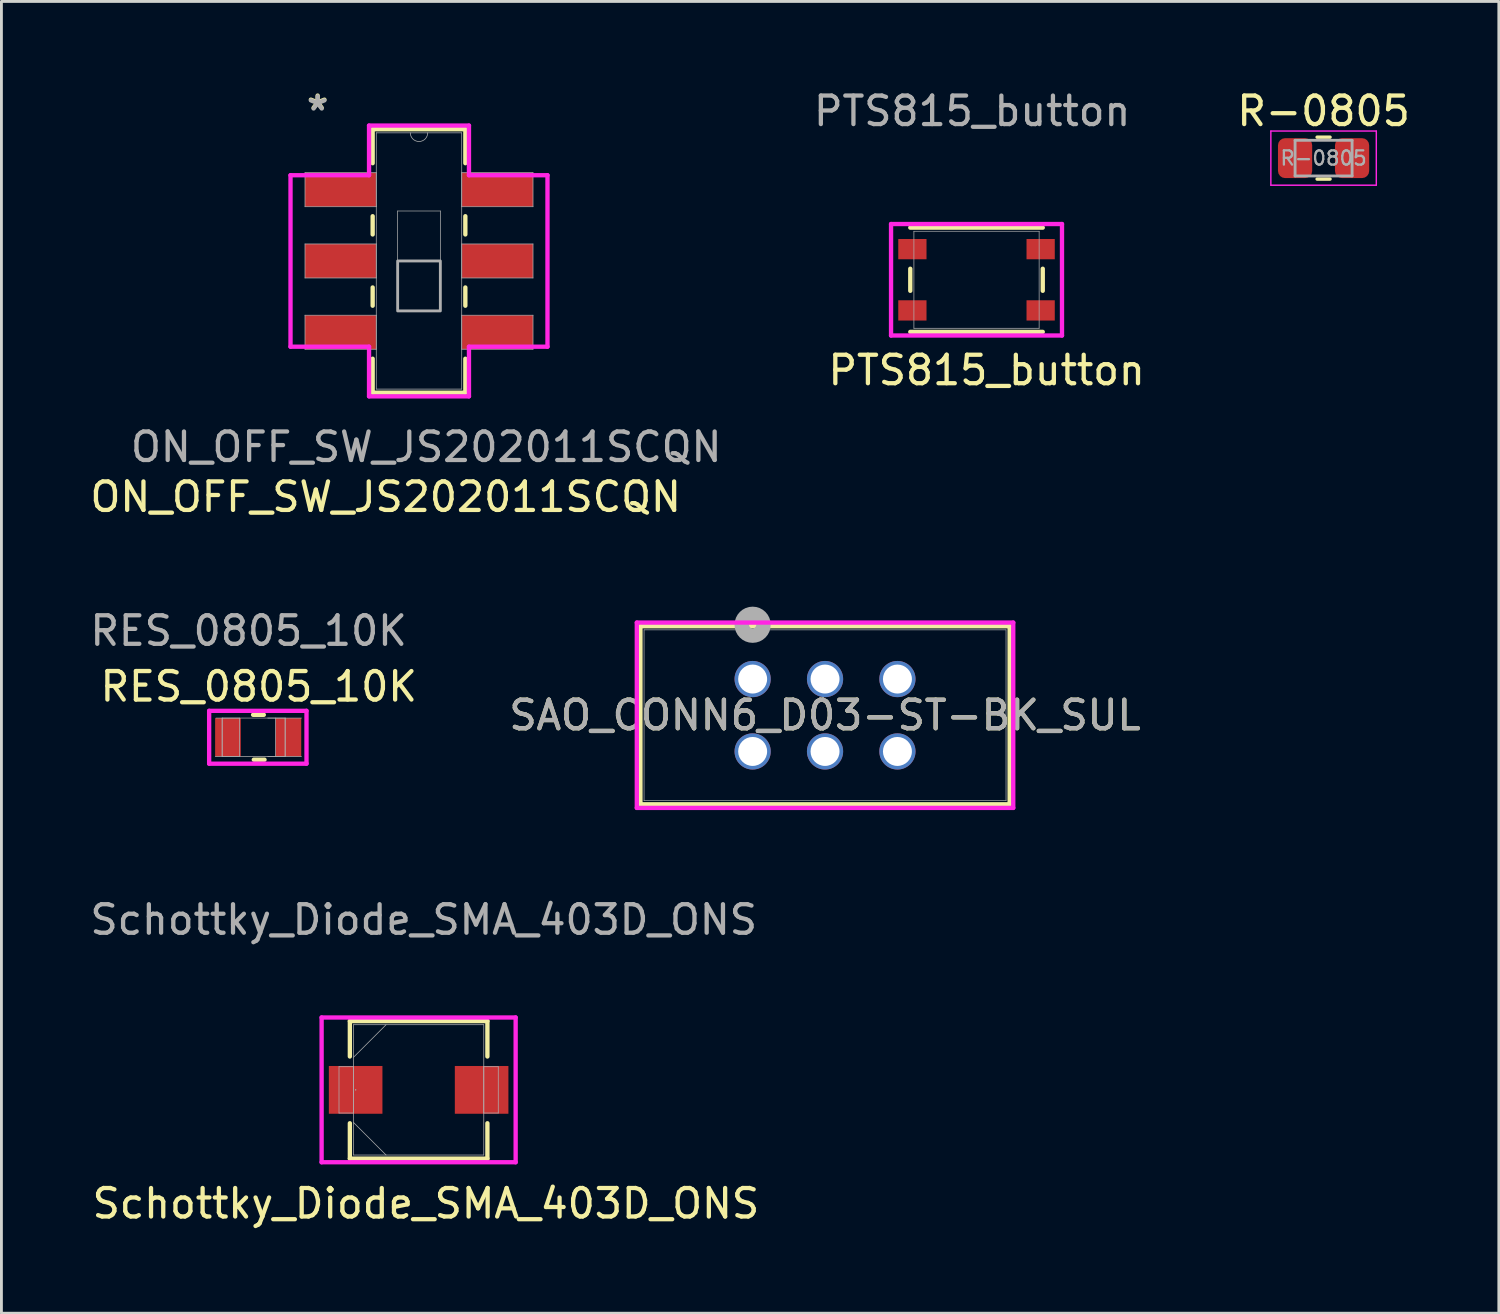
<source format=kicad_pcb>
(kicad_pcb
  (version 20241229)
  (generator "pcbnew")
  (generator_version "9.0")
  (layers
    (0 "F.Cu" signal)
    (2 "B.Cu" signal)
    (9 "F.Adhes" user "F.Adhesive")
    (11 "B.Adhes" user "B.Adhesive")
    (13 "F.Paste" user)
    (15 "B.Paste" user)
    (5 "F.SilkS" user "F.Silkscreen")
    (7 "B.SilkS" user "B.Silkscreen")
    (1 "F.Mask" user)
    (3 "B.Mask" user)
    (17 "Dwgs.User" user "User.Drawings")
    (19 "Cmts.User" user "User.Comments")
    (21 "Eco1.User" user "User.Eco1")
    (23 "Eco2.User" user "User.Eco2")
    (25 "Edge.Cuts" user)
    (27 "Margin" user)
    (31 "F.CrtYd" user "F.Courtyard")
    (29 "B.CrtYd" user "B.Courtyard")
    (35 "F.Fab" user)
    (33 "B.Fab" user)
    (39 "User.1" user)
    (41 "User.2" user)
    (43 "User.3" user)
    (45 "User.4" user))
  (footprint "ON_OFF_SW_JS202011SCQN"
    (layer "F.Cu")
    (at 11.651 6.106)
    (property "Reference" "ON_OFF_SW_JS202011SCQN" (at -1.168 8.28 0) (unlocked yes) (layer "F.SilkS") (effects (font (size 1 1) (thickness 0.15))))
    (attr smd)
    (fp_line (start -1.626 -4.623) (end -1.626 -3.43) (stroke (width 0.152) (type solid)) (layer "F.SilkS"))
    (fp_line (start -1.626 -1.57) (end -1.626 -0.93) (stroke (width 0.152) (type solid)) (layer "F.SilkS"))
    (fp_line (start -1.626 0.93) (end -1.626 1.57) (stroke (width 0.152) (type solid)) (layer "F.SilkS"))
    (fp_line (start -1.626 3.43) (end -1.626 4.623) (stroke (width 0.152) (type solid)) (layer "F.SilkS"))
    (fp_line (start -1.626 4.623) (end 1.626 4.623) (stroke (width 0.152) (type solid)) (layer "F.SilkS"))
    (fp_line (start 1.626 -4.623) (end -1.626 -4.623) (stroke (width 0.152) (type solid)) (layer "F.SilkS"))
    (fp_line (start 1.626 -3.43) (end 1.626 -4.623) (stroke (width 0.152) (type solid)) (layer "F.SilkS"))
    (fp_line (start 1.626 -0.93) (end 1.626 -1.57) (stroke (width 0.152) (type solid)) (layer "F.SilkS"))
    (fp_line (start 1.626 1.57) (end 1.626 0.93) (stroke (width 0.152) (type solid)) (layer "F.SilkS"))
    (fp_line (start 1.626 4.623) (end 1.626 3.43) (stroke (width 0.152) (type solid)) (layer "F.SilkS"))
    (fp_line (start -4.508 -3.008) (end -1.753 -3.008) (stroke (width 0.152) (type solid)) (layer "F.CrtYd"))
    (fp_line (start -4.508 3.008) (end -4.508 -3.008) (stroke (width 0.152) (type solid)) (layer "F.CrtYd"))
    (fp_line (start -1.753 -4.75) (end 1.753 -4.75) (stroke (width 0.152) (type solid)) (layer "F.CrtYd"))
    (fp_line (start -1.753 -3.008) (end -1.753 -4.75) (stroke (width 0.152) (type solid)) (layer "F.CrtYd"))
    (fp_line (start -1.753 3.008) (end -4.508 3.008) (stroke (width 0.152) (type solid)) (layer "F.CrtYd"))
    (fp_line (start -1.753 4.75) (end -1.753 3.008) (stroke (width 0.152) (type solid)) (layer "F.CrtYd"))
    (fp_line (start 1.753 -4.75) (end 1.753 -3.008) (stroke (width 0.152) (type solid)) (layer "F.CrtYd"))
    (fp_line (start 1.753 -3.008) (end 4.508 -3.008) (stroke (width 0.152) (type solid)) (layer "F.CrtYd"))
    (fp_line (start 1.753 3.008) (end 1.753 4.75) (stroke (width 0.152) (type solid)) (layer "F.CrtYd"))
    (fp_line (start 1.753 4.75) (end -1.753 4.75) (stroke (width 0.152) (type solid)) (layer "F.CrtYd"))
    (fp_line (start 4.508 -3.008) (end 4.508 3.008) (stroke (width 0.152) (type solid)) (layer "F.CrtYd"))
    (fp_line (start 4.508 3.008) (end 1.753 3.008) (stroke (width 0.152) (type solid)) (layer "F.CrtYd"))
    (fp_line (start -4 -3.097) (end -4 -1.903) (stroke (width 0.025) (type solid)) (layer "F.Fab"))
    (fp_line (start -4 -1.903) (end -1.499 -1.903) (stroke (width 0.025) (type solid)) (layer "F.Fab"))
    (fp_line (start -4 -0.597) (end -4 0.597) (stroke (width 0.025) (type solid)) (layer "F.Fab"))
    (fp_line (start -4 0.597) (end -1.499 0.597) (stroke (width 0.025) (type solid)) (layer "F.Fab"))
    (fp_line (start -4 1.903) (end -4 3.097) (stroke (width 0.025) (type solid)) (layer "F.Fab"))
    (fp_line (start -4 3.097) (end -1.499 3.097) (stroke (width 0.025) (type solid)) (layer "F.Fab"))
    (fp_line (start -1.499 -4.496) (end -1.499 4.496) (stroke (width 0.025) (type solid)) (layer "F.Fab"))
    (fp_line (start -1.499 -3.097) (end -4 -3.097) (stroke (width 0.025) (type solid)) (layer "F.Fab"))
    (fp_line (start -1.499 -1.903) (end -1.499 -3.097) (stroke (width 0.025) (type solid)) (layer "F.Fab"))
    (fp_line (start -1.499 -0.597) (end -4 -0.597) (stroke (width 0.025) (type solid)) (layer "F.Fab"))
    (fp_line (start -1.499 0.597) (end -1.499 -0.597) (stroke (width 0.025) (type solid)) (layer "F.Fab"))
    (fp_line (start -1.499 1.903) (end -4 1.903) (stroke (width 0.025) (type solid)) (layer "F.Fab"))
    (fp_line (start -1.499 3.097) (end -1.499 1.903) (stroke (width 0.025) (type solid)) (layer "F.Fab"))
    (fp_line (start -1.499 4.496) (end 1.499 4.496) (stroke (width 0.025) (type solid)) (layer "F.Fab"))
    (fp_line (start -0.749 -1.753) (end 0.749 -1.753) (stroke (width 0.025) (type solid)) (layer "F.Fab"))
    (fp_line (start -0.749 1.753) (end -0.749 -1.753) (stroke (width 0.025) (type solid)) (layer "F.Fab"))
    (fp_line (start 0.749 -1.753) (end 0.749 1.753) (stroke (width 0.025) (type solid)) (layer "F.Fab"))
    (fp_line (start 0.749 1.753) (end -0.749 1.753) (stroke (width 0.025) (type solid)) (layer "F.Fab"))
    (fp_line (start 1.499 -4.496) (end -1.499 -4.496) (stroke (width 0.025) (type solid)) (layer "F.Fab"))
    (fp_line (start 1.499 -3.097) (end 1.499 -1.903) (stroke (width 0.025) (type solid)) (layer "F.Fab"))
    (fp_line (start 1.499 -1.903) (end 4 -1.903) (stroke (width 0.025) (type solid)) (layer "F.Fab"))
    (fp_line (start 1.499 -0.597) (end 1.499 0.597) (stroke (width 0.025) (type solid)) (layer "F.Fab"))
    (fp_line (start 1.499 0.597) (end 4 0.597) (stroke (width 0.025) (type solid)) (layer "F.Fab"))
    (fp_line (start 1.499 1.903) (end 1.499 3.097) (stroke (width 0.025) (type solid)) (layer "F.Fab"))
    (fp_line (start 1.499 3.097) (end 4 3.097) (stroke (width 0.025) (type solid)) (layer "F.Fab"))
    (fp_line (start 1.499 4.496) (end 1.499 -4.496) (stroke (width 0.025) (type solid)) (layer "F.Fab"))
    (fp_line (start 4 -3.097) (end 1.499 -3.097) (stroke (width 0.025) (type solid)) (layer "F.Fab"))
    (fp_line (start 4 -1.903) (end 4 -3.097) (stroke (width 0.025) (type solid)) (layer "F.Fab"))
    (fp_line (start 4 -0.597) (end 1.499 -0.597) (stroke (width 0.025) (type solid)) (layer "F.Fab"))
    (fp_line (start 4 0.597) (end 4 -0.597) (stroke (width 0.025) (type solid)) (layer "F.Fab"))
    (fp_line (start 4 1.903) (end 1.499 1.903) (stroke (width 0.025) (type solid)) (layer "F.Fab"))
    (fp_line (start 4 3.097) (end 4 1.903) (stroke (width 0.025) (type solid)) (layer "F.Fab"))
    (fp_arc (start 0.3048 -4.4958) (mid 0 -4.191) (end -0.3048 -4.4958) (stroke (width 0.0254) (type solid)) (layer "F.Fab"))
    (fp_poly (pts (xy -0.749 1.753) (xy -0.749 0) (xy 0.749 0) (xy 0.749 1.753)) (stroke (width 0.1) (type solid)) (fill no) (layer "F.Fab"))
    (fp_text user "*" (at -3.556 -5.258 0) (layer "F.SilkS") (effects (font (size 1 1) (thickness 0.15))))
    (fp_text user "*" (at -3.556 -5.232 0) (unlocked yes) (layer "F.Fab") (effects (font (size 1 1) (thickness 0.15))))
    (fp_text user "${REFERENCE}" (at 0.254 6.528 0) (unlocked yes) (layer "F.Fab") (effects (font (size 1 1) (thickness 0.15))))
    (pad "1" smd rect (at -2.756 -2.5) (size 2.489 1.194) (layers "F.Cu" "F.Mask" "F.Paste"))
    (pad "2" smd rect (at -2.756 0) (size 2.489 1.194) (layers "F.Cu" "F.Mask" "F.Paste"))
    (pad "3" smd rect (at -2.756 2.5) (size 2.489 1.194) (layers "F.Cu" "F.Mask" "F.Paste"))
    (pad "4" smd rect (at 2.756 2.5) (size 2.489 1.194) (layers "F.Cu" "F.Mask" "F.Paste"))
    (pad "5" smd rect (at 2.756 0) (size 2.489 1.194) (layers "F.Cu" "F.Mask" "F.Paste"))
    (pad "6" smd rect (at 2.756 -2.5) (size 2.489 1.194) (layers "F.Cu" "F.Mask" "F.Paste")))
  (footprint "R-0805"
    (layer "F.Cu")
    (at 43.389 2.498)
    (property "Reference" "R-0805" (at 0 -1.65 0) (layer "F.SilkS") (effects (font (size 1 1) (thickness 0.15))))
    (attr smd)
    (fp_line (start -0.227 -0.735) (end 0.227 -0.735) (stroke (width 0.12) (type solid)) (layer "F.SilkS"))
    (fp_line (start -0.227 0.735) (end 0.227 0.735) (stroke (width 0.12) (type solid)) (layer "F.SilkS"))
    (fp_line (start -1.85 -0.95) (end 1.85 -0.95) (stroke (width 0.05) (type solid)) (layer "F.CrtYd"))
    (fp_line (start -1.85 0.95) (end -1.85 -0.95) (stroke (width 0.05) (type solid)) (layer "F.CrtYd"))
    (fp_line (start 1.85 -0.95) (end 1.85 0.95) (stroke (width 0.05) (type solid)) (layer "F.CrtYd"))
    (fp_line (start 1.85 0.95) (end -1.85 0.95) (stroke (width 0.05) (type solid)) (layer "F.CrtYd"))
    (fp_line (start -1 -0.625) (end 1 -0.625) (stroke (width 0.1) (type solid)) (layer "F.Fab"))
    (fp_line (start -1 0.625) (end -1 -0.625) (stroke (width 0.1) (type solid)) (layer "F.Fab"))
    (fp_line (start 1 -0.625) (end 1 0.625) (stroke (width 0.1) (type solid)) (layer "F.Fab"))
    (fp_line (start 1 0.625) (end -1 0.625) (stroke (width 0.1) (type solid)) (layer "F.Fab"))
    (fp_text user "${REFERENCE}" (at 0 0 0) (layer "F.Fab") (effects (font (size 0.5 0.5) (thickness 0.08))))
    (pad "1" smd roundrect (at -1 0) (size 1.2 1.4) (layers "F.Cu" "F.Mask" "F.Paste") (roundrect_rratio 0.208))
    (pad "2" smd roundrect (at 1 0) (size 1.2 1.4) (layers "F.Cu" "F.Mask" "F.Paste") (roundrect_rratio 0.208)))
  (footprint "SAO_CONN6_D03-ST-BK_SUL"
    (layer "F.Cu")
    (at 23.357 20.775)
    (property "Reference" "SAO_CONN6_D03-ST-BK_SUL" (at 2.54 1.27 0) (unlocked yes) (layer "F.SilkS") (effects (font (size 1 1) (thickness 0.15))))
    (attr through_hole)
    (fp_line (start -3.937 -1.854) (end -3.937 4.394) (stroke (width 0.152) (type solid)) (layer "F.SilkS"))
    (fp_line (start -3.937 4.394) (end 9.017 4.394) (stroke (width 0.152) (type solid)) (layer "F.SilkS"))
    (fp_line (start 9.017 -1.854) (end -3.937 -1.854) (stroke (width 0.152) (type solid)) (layer "F.SilkS"))
    (fp_line (start 9.017 4.394) (end 9.017 -1.854) (stroke (width 0.152) (type solid)) (layer "F.SilkS"))
    (fp_line (start -4.064 -1.981) (end -4.064 4.521) (stroke (width 0.152) (type solid)) (layer "F.CrtYd"))
    (fp_line (start -4.064 4.521) (end 9.144 4.521) (stroke (width 0.152) (type solid)) (layer "F.CrtYd"))
    (fp_line (start 9.144 -1.981) (end -4.064 -1.981) (stroke (width 0.152) (type solid)) (layer "F.CrtYd"))
    (fp_line (start 9.144 4.521) (end 9.144 -1.981) (stroke (width 0.152) (type solid)) (layer "F.CrtYd"))
    (fp_line (start -3.81 -1.727) (end -3.81 4.267) (stroke (width 0.025) (type solid)) (layer "F.Fab"))
    (fp_line (start -3.81 4.267) (end 8.89 4.267) (stroke (width 0.025) (type solid)) (layer "F.Fab"))
    (fp_line (start 8.89 -1.727) (end -3.81 -1.727) (stroke (width 0.025) (type solid)) (layer "F.Fab"))
    (fp_line (start 8.89 4.267) (end 8.89 -1.727) (stroke (width 0.025) (type solid)) (layer "F.Fab"))
    (fp_circle (center 0 -1.905) (end 0.381 -1.905) (stroke (width 0.508) (type solid)) (fill no) (layer "F.Fab"))
    (fp_text user "${REFERENCE}" (at 2.54 1.27 0) (unlocked yes) (layer "F.Fab") (effects (font (size 1 1) (thickness 0.15))))
    (pad "1" thru_hole circle (at 0 0) (size 1.27 1.27) (drill 1.016) (layers "*.Cu" "*.Mask"))
    (pad "2" thru_hole circle (at 0 2.54) (size 1.27 1.27) (drill 1.016) (layers "*.Cu" "*.Mask"))
    (pad "3" thru_hole circle (at 2.54 0) (size 1.27 1.27) (drill 1.016) (layers "*.Cu" "*.Mask"))
    (pad "4" thru_hole circle (at 2.54 2.54) (size 1.27 1.27) (drill 1.016) (layers "*.Cu" "*.Mask"))
    (pad "5" thru_hole circle (at 5.08 0) (size 1.27 1.27) (drill 1.016) (layers "*.Cu" "*.Mask"))
    (pad "6" thru_hole circle (at 5.08 2.54) (size 1.27 1.27) (drill 1.016) (layers "*.Cu" "*.Mask")))
  (footprint "RES_0805_10K"
    (layer "F.Cu")
    (at 5.85 22.817)
    (property "Reference" "RES_0805_10K" (at 0.178 -1.778 0) (unlocked yes) (layer "F.SilkS") (effects (font (size 1 1) (thickness 0.15))))
    (attr smd)
    (fp_line (start 0.005 0.787) (end 0.381 0.787) (stroke (width 0.152) (type solid)) (layer "F.SilkS"))
    (fp_line (start 0.356 -0.787) (end -0.02 -0.787) (stroke (width 0.152) (type solid)) (layer "F.SilkS"))
    (fp_line (start -1.562 -0.927) (end 1.854 -0.927) (stroke (width 0.152) (type solid)) (layer "F.CrtYd"))
    (fp_line (start -1.562 0.927) (end -1.562 -0.927) (stroke (width 0.152) (type solid)) (layer "F.CrtYd"))
    (fp_line (start 1.854 -0.927) (end 1.854 0.927) (stroke (width 0.152) (type solid)) (layer "F.CrtYd"))
    (fp_line (start 1.854 0.927) (end -1.562 0.927) (stroke (width 0.152) (type solid)) (layer "F.CrtYd"))
    (fp_line (start -1.346 0.673) (end -0.495 0.673) (stroke (width 0.025) (type solid)) (layer "F.Fab"))
    (fp_line (start -1.105 -0.673) (end -1.105 0.673) (stroke (width 0.025) (type solid)) (layer "F.Fab"))
    (fp_line (start -1.105 -0.673) (end -1.105 0.673) (stroke (width 0.025) (type solid)) (layer "F.Fab"))
    (fp_line (start -1.105 0.673) (end 1.105 0.673) (stroke (width 0.025) (type solid)) (layer "F.Fab"))
    (fp_line (start -0.495 -0.673) (end -1.321 -0.673) (stroke (width 0.025) (type solid)) (layer "F.Fab"))
    (fp_line (start -0.495 0.673) (end -0.495 -0.673) (stroke (width 0.025) (type solid)) (layer "F.Fab"))
    (fp_line (start 0.495 0.673) (end 1.676 0.673) (stroke (width 0.025) (type solid)) (layer "F.Fab"))
    (fp_line (start 0.762 -0.673) (end 0.762 0.673) (stroke (width 0.025) (type solid)) (layer "F.Fab"))
    (fp_line (start 1.105 -0.673) (end -1.105 -0.673) (stroke (width 0.025) (type solid)) (layer "F.Fab"))
    (fp_line (start 1.105 0.673) (end 1.105 -0.673) (stroke (width 0.025) (type solid)) (layer "F.Fab"))
    (fp_line (start 1.105 0.673) (end 1.105 -0.673) (stroke (width 0.025) (type solid)) (layer "F.Fab"))
    (fp_line (start 1.676 -0.673) (end 0.495 -0.673) (stroke (width 0.025) (type solid)) (layer "F.Fab"))
    (fp_text user "${REFERENCE}" (at -0.178 -3.734 0) (unlocked yes) (layer "F.Fab") (effects (font (size 1 1) (thickness 0.15))))
    (pad "1" smd rect (at -0.902 0) (size 0.9 1.346) (layers "F.Cu" "F.Mask" "F.Paste"))
    (pad "2" smd rect (at 1.219 0) (size 0.9 1.346) (layers "F.Cu" "F.Mask" "F.Paste"))
    (zone (net_name "") (layer "F.Cu") (hatch full 0.508) (connect_pads) (min_thickness 0.254) (filled_areas_thickness no) (keepout (tracks not_allowed) (vias not_allowed) (pads allowed) (copperpour not_allowed) (footprints allowed)) (placement (enabled no)) (fill) (polygon (pts (xy 5.399 22.144) (xy 6.62 22.144) (xy 6.62 23.49) (xy 5.399 23.49)))))
  (footprint "Schottky_Diode_SMA_403D_ONS"
    (layer "F.Cu")
    (at 11.638 35.189)
    (property "Reference" "Schottky_Diode_SMA_403D_ONS" (at 0.254 3.988 0) (unlocked yes) (layer "F.SilkS") (effects (font (size 1 1) (thickness 0.15))))
    (attr smd)
    (fp_line (start -2.413 -2.413) (end -2.413 -1.171) (stroke (width 0.152) (type solid)) (layer "F.SilkS"))
    (fp_line (start -2.413 1.171) (end -2.413 2.413) (stroke (width 0.152) (type solid)) (layer "F.SilkS"))
    (fp_line (start -2.413 2.413) (end 2.413 2.413) (stroke (width 0.152) (type solid)) (layer "F.SilkS"))
    (fp_line (start 2.413 -2.413) (end -2.413 -2.413) (stroke (width 0.152) (type solid)) (layer "F.SilkS"))
    (fp_line (start 2.413 -1.171) (end 2.413 -2.413) (stroke (width 0.152) (type solid)) (layer "F.SilkS"))
    (fp_line (start 2.413 2.413) (end 2.413 1.171) (stroke (width 0.152) (type solid)) (layer "F.SilkS"))
    (fp_line (start -3.404 -2.54) (end 3.404 -2.54) (stroke (width 0.152) (type solid)) (layer "F.CrtYd"))
    (fp_line (start -3.404 2.54) (end -3.404 -2.54) (stroke (width 0.152) (type solid)) (layer "F.CrtYd"))
    (fp_line (start 3.404 -2.54) (end 3.404 2.54) (stroke (width 0.152) (type solid)) (layer "F.CrtYd"))
    (fp_line (start 3.404 2.54) (end -3.404 2.54) (stroke (width 0.152) (type solid)) (layer "F.CrtYd"))
    (fp_line (start -2.794 -0.813) (end -2.794 0.813) (stroke (width 0.025) (type solid)) (layer "F.Fab"))
    (fp_line (start -2.794 0.813) (end -2.286 0.813) (stroke (width 0.025) (type solid)) (layer "F.Fab"))
    (fp_line (start -2.286 -2.286) (end -2.286 2.286) (stroke (width 0.025) (type solid)) (layer "F.Fab"))
    (fp_line (start -2.286 -1.143) (end -1.143 -2.286) (stroke (width 0.025) (type solid)) (layer "F.Fab"))
    (fp_line (start -2.286 -0.813) (end -2.794 -0.813) (stroke (width 0.025) (type solid)) (layer "F.Fab"))
    (fp_line (start -2.286 0.813) (end -2.286 -0.813) (stroke (width 0.025) (type solid)) (layer "F.Fab"))
    (fp_line (start -2.286 1.143) (end -1.143 2.286) (stroke (width 0.025) (type solid)) (layer "F.Fab"))
    (fp_line (start -2.286 2.286) (end 2.286 2.286) (stroke (width 0.025) (type solid)) (layer "F.Fab"))
    (fp_line (start 2.286 -2.286) (end -2.286 -2.286) (stroke (width 0.025) (type solid)) (layer "F.Fab"))
    (fp_line (start 2.286 -0.813) (end 2.286 0.813) (stroke (width 0.025) (type solid)) (layer "F.Fab"))
    (fp_line (start 2.286 0.813) (end 2.794 0.813) (stroke (width 0.025) (type solid)) (layer "F.Fab"))
    (fp_line (start 2.286 2.286) (end 2.286 -2.286) (stroke (width 0.025) (type solid)) (layer "F.Fab"))
    (fp_line (start 2.794 -0.813) (end 2.286 -0.813) (stroke (width 0.025) (type solid)) (layer "F.Fab"))
    (fp_line (start 2.794 0.813) (end 2.794 -0.813) (stroke (width 0.025) (type solid)) (layer "F.Fab"))
    (fp_circle (center -2.21 0) (end -2.21 0) (stroke (width 0.025) (type solid)) (fill no) (layer "F.Fab"))
    (fp_text user "${REFERENCE}" (at 0.178 -5.969 0) (unlocked yes) (layer "F.Fab") (effects (font (size 1 1) (thickness 0.15))))
    (pad "1" smd rect (at -2.21 0) (size 1.88 1.676) (layers "F.Cu" "F.Mask" "F.Paste"))
    (pad "2" smd rect (at 2.21 0) (size 1.88 1.676) (layers "F.Cu" "F.Mask" "F.Paste"))
    (zone (net_name "") (layer "F.Cu") (hatch full 0.508) (connect_pads) (min_thickness 0.254) (filled_areas_thickness no) (keepout (tracks not_allowed) (vias not_allowed) (pads allowed) (copperpour not_allowed) (footprints allowed)) (placement (enabled no)) (fill) (polygon (pts (xy 10.418 32.954) (xy 12.857 32.954) (xy 12.857 37.425) (xy 10.418 37.425)))))
  (footprint "PTS815_button"
    (layer "F.Cu")
    (at 31.212 6.766)
    (property "Reference" "PTS815_button" (at 0.356 3.175 0) (unlocked yes) (layer "F.SilkS") (effects (font (size 1 1) (thickness 0.15))))
    (attr smd)
    (fp_line (start -2.324 -0.387) (end -2.324 0.387) (stroke (width 0.152) (type solid)) (layer "F.SilkS"))
    (fp_line (start -2.324 1.829) (end 2.324 1.829) (stroke (width 0.152) (type solid)) (layer "F.SilkS"))
    (fp_line (start 2.324 -1.829) (end -2.324 -1.829) (stroke (width 0.152) (type solid)) (layer "F.SilkS"))
    (fp_line (start 2.324 0.387) (end 2.324 -0.387) (stroke (width 0.152) (type solid)) (layer "F.SilkS"))
    (fp_line (start -2.999 -1.956) (end -2.999 1.956) (stroke (width 0.152) (type solid)) (layer "F.CrtYd"))
    (fp_line (start -2.999 1.956) (end 2.999 1.956) (stroke (width 0.152) (type solid)) (layer "F.CrtYd"))
    (fp_line (start 2.999 -1.956) (end -2.999 -1.956) (stroke (width 0.152) (type solid)) (layer "F.CrtYd"))
    (fp_line (start 2.999 1.956) (end 2.999 -1.956) (stroke (width 0.152) (type solid)) (layer "F.CrtYd"))
    (fp_line (start -2.197 -1.702) (end -2.197 1.702) (stroke (width 0.025) (type solid)) (layer "F.Fab"))
    (fp_line (start -2.197 1.702) (end 2.197 1.702) (stroke (width 0.025) (type solid)) (layer "F.Fab"))
    (fp_line (start 2.197 -1.702) (end -2.197 -1.702) (stroke (width 0.025) (type solid)) (layer "F.Fab"))
    (fp_line (start 2.197 1.702) (end 2.197 -1.702) (stroke (width 0.025) (type solid)) (layer "F.Fab"))
    (fp_text user "${REFERENCE}" (at -0.152 -5.918 0) (unlocked yes) (layer "F.Fab") (effects (font (size 1 1) (thickness 0.15))))
    (pad "1" smd rect (at -2.25 -1.075) (size 0.991 0.711) (layers "F.Cu" "F.Mask" "F.Paste"))
    (pad "2" smd rect (at 2.25 -1.075) (size 0.991 0.711) (layers "F.Cu" "F.Mask" "F.Paste"))
    (pad "3" smd rect (at -2.25 1.075) (size 0.991 0.711) (layers "F.Cu" "F.Mask" "F.Paste"))
    (pad "4" smd rect (at 2.25 1.075) (size 0.991 0.711) (layers "F.Cu" "F.Mask" "F.Paste")))
  (gr_rect
    (start -3 -3)
    (end 49.538 43.025)
    (stroke (width 0.1) (type default))
    (fill no)
    (layer "Edge.Cuts")))
</source>
